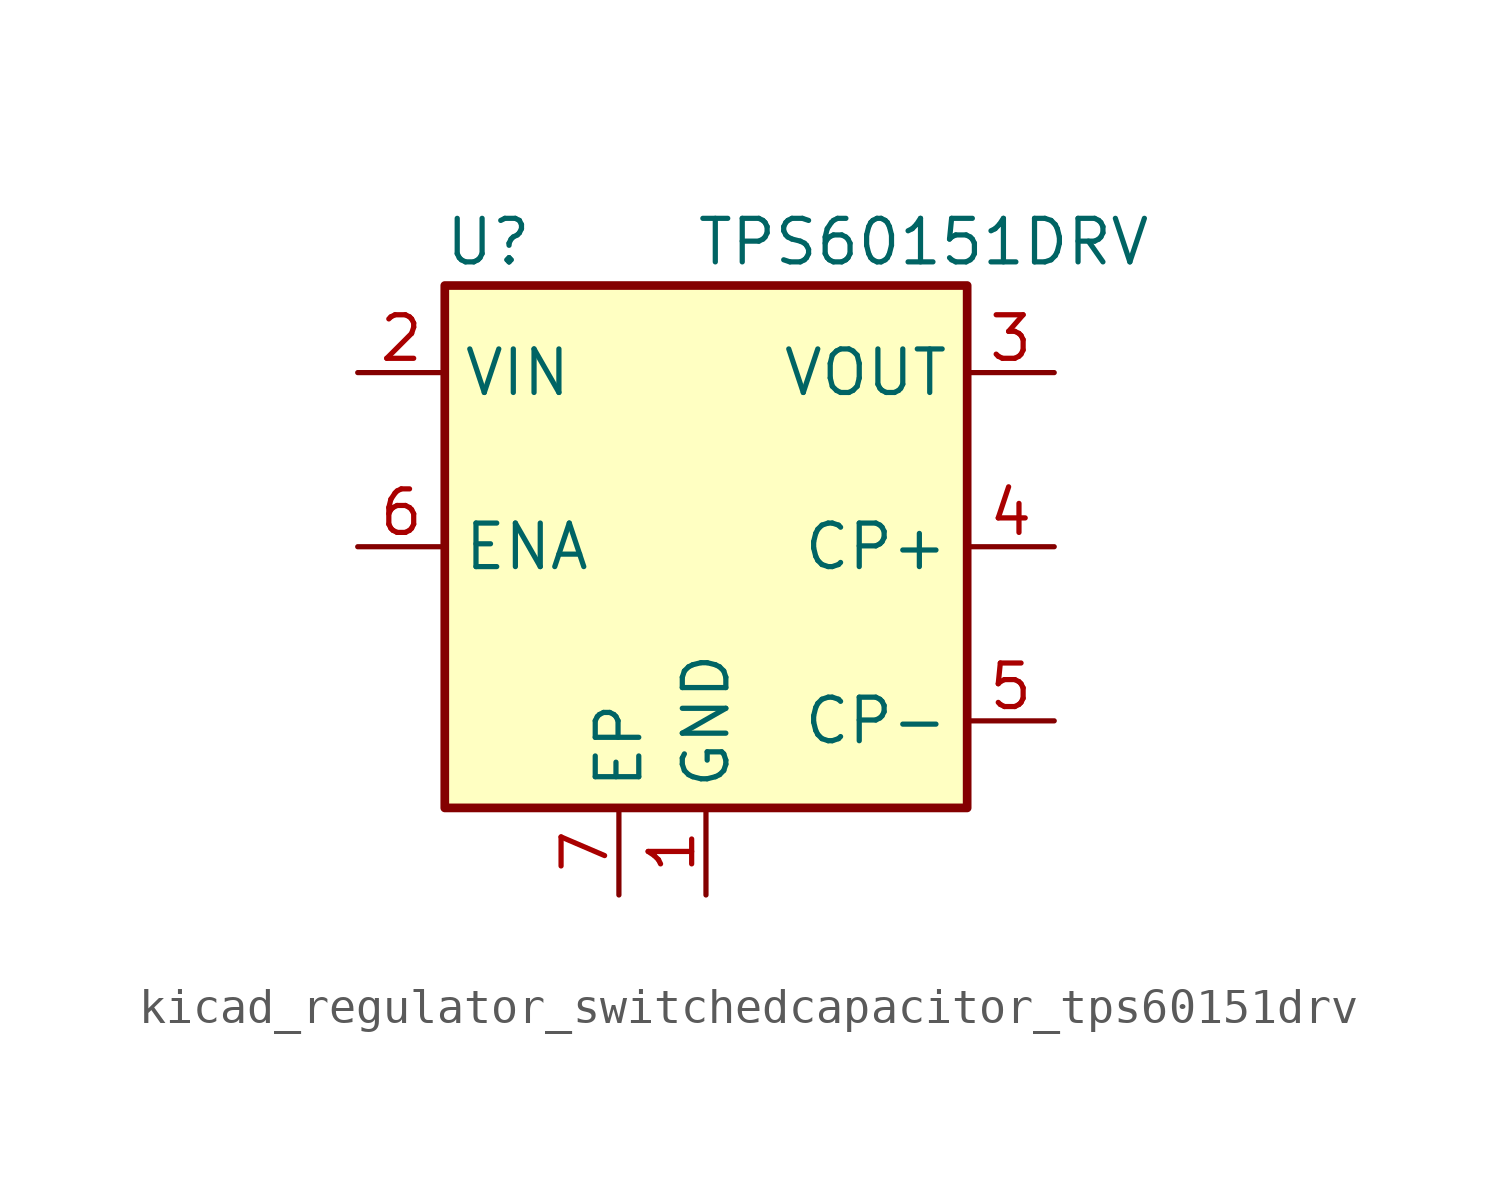
<source format=kicad_sym>
(kicad_symbol_lib
  (version 20220914)
  (generator kicad_symbol_editor)
  (symbol "kicad_regulator_switchedcapacitor_tps60151drv"
    (property "Reference" "U"
      (at -6.35 8.89 0)
      (effects (font (size 1.27 1.27))))
    (property "Value" "TPS60151DRV"
      (at 6.35 8.89 0)
      (effects (font (size 1.27 1.27))))
    (symbol "kicad_regulator_switchedcapacitor_tps60151drv_0_1"
      (rectangle (start -7.62 7.62) (end 7.62 -7.62) (stroke (width 0.254) (type default)) (fill (type background))))
    (symbol "kicad_regulator_switchedcapacitor_tps60151drv_1_1"
      (pin power_in line (at 0 -10.16 90) (length 2.54) (name "GND" (effects (font (size 1.27 1.27)))) (number "1" (effects (font (size 1.27 1.27)))))
      (pin power_in line (at -10.16 5.08 0) (length 2.54) (name "VIN" (effects (font (size 1.27 1.27)))) (number "2" (effects (font (size 1.27 1.27)))))
      (pin power_out line (at 10.16 5.08 180) (length 2.54) (name "VOUT" (effects (font (size 1.27 1.27)))) (number "3" (effects (font (size 1.27 1.27)))))
      (pin passive line (at 10.16 0 180) (length 2.54) (name "CP+" (effects (font (size 1.27 1.27)))) (number "4" (effects (font (size 1.27 1.27)))))
      (pin passive line (at 10.16 -5.08 180) (length 2.54) (name "CP-" (effects (font (size 1.27 1.27)))) (number "5" (effects (font (size 1.27 1.27)))))
      (pin input line (at -10.16 0 0) (length 2.54) (name "ENA" (effects (font (size 1.27 1.27)))) (number "6" (effects (font (size 1.27 1.27)))))
      (pin passive line (at -2.54 -10.16 90) (length 2.54) (name "EP" (effects (font (size 1.27 1.27)))) (number "7" (effects (font (size 1.27 1.27))))))))
</source>
